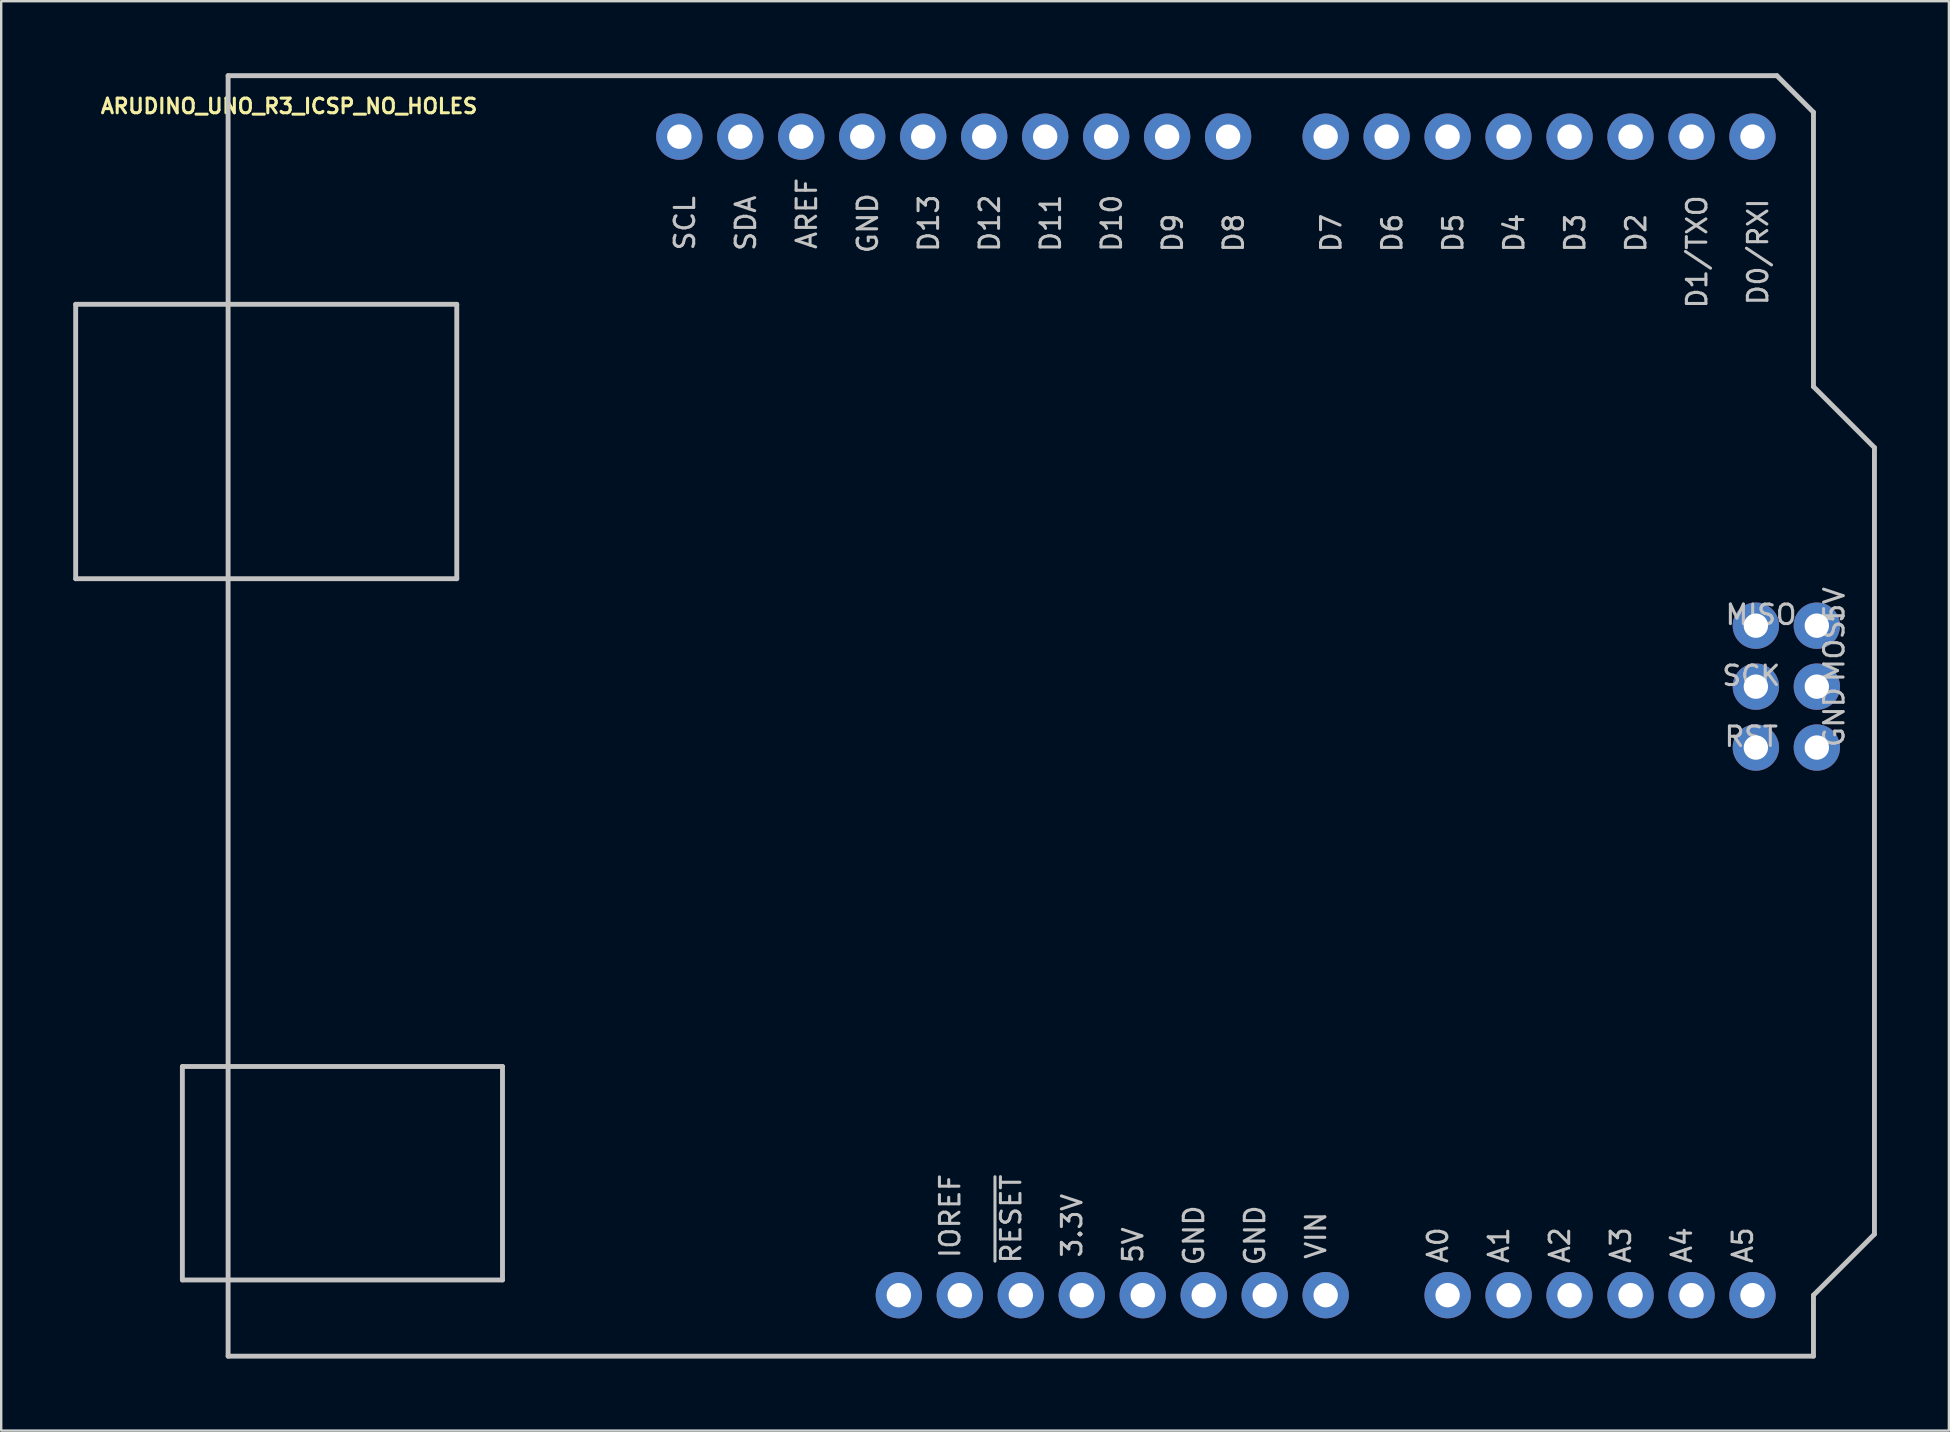
<source format=kicad_pcb>
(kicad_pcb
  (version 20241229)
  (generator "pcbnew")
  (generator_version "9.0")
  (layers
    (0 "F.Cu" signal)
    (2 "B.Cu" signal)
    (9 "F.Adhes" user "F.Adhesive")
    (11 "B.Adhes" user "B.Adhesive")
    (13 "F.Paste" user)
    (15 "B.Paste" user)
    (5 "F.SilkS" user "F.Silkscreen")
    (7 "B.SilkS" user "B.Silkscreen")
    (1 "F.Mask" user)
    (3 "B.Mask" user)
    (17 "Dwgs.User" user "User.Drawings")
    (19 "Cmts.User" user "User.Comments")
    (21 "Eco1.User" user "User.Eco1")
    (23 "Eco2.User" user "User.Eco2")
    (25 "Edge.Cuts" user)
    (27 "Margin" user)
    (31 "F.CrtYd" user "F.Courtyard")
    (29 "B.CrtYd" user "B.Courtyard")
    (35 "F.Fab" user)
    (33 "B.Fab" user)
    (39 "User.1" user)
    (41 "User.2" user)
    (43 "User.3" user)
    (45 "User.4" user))
  (footprint "ARUDINO_UNO_R3_ICSP_NO_HOLES"
    (layer "F.Cu")
    (at 39.472 26.772)
    (property "Reference" "ARUDINO_UNO_R3_ICSP_NO_HOLES" (at -30.48 -25.4 0) (layer "F.SilkS") (effects (font (size 0.61 0.61) (thickness 0.127))))
    (attr exclude_from_pos_files exclude_from_bom)
    (fp_line (start -39.37 -17.145) (end -23.495 -17.145) (stroke (width 0.203) (type solid)) (layer "Dwgs.User"))
    (fp_line (start -39.37 -5.715) (end -39.37 -17.145) (stroke (width 0.203) (type solid)) (layer "Dwgs.User"))
    (fp_line (start -34.925 14.605) (end -21.59 14.605) (stroke (width 0.203) (type solid)) (layer "Dwgs.User"))
    (fp_line (start -34.925 23.495) (end -34.925 14.605) (stroke (width 0.203) (type solid)) (layer "Dwgs.User"))
    (fp_line (start -33.02 -26.67) (end 31.496 -26.67) (stroke (width 0.203) (type solid)) (layer "Dwgs.User"))
    (fp_line (start -33.02 26.67) (end -33.02 -26.67) (stroke (width 0.203) (type solid)) (layer "Dwgs.User"))
    (fp_line (start -23.495 -17.145) (end -23.495 -5.715) (stroke (width 0.203) (type solid)) (layer "Dwgs.User"))
    (fp_line (start -23.495 -5.715) (end -39.37 -5.715) (stroke (width 0.203) (type solid)) (layer "Dwgs.User"))
    (fp_line (start -21.59 14.605) (end -21.59 23.495) (stroke (width 0.203) (type solid)) (layer "Dwgs.User"))
    (fp_line (start -21.59 23.495) (end -34.925 23.495) (stroke (width 0.203) (type solid)) (layer "Dwgs.User"))
    (fp_line (start 31.496 -26.67) (end 33.02 -25.146) (stroke (width 0.203) (type solid)) (layer "Dwgs.User"))
    (fp_line (start 33.02 -25.146) (end 33.02 -13.716) (stroke (width 0.203) (type solid)) (layer "Dwgs.User"))
    (fp_line (start 33.02 -13.716) (end 35.56 -11.176) (stroke (width 0.203) (type solid)) (layer "Dwgs.User"))
    (fp_line (start 33.02 24.13) (end 33.02 26.67) (stroke (width 0.203) (type solid)) (layer "Dwgs.User"))
    (fp_line (start 33.02 26.67) (end -33.02 26.67) (stroke (width 0.203) (type solid)) (layer "Dwgs.User"))
    (fp_line (start 35.56 -11.176) (end 35.56 21.59) (stroke (width 0.203) (type solid)) (layer "Dwgs.User"))
    (fp_line (start 35.56 21.59) (end 33.02 24.13) (stroke (width 0.203) (type solid)) (layer "Dwgs.User"))
    (fp_text user "MOSI" (at 33.884 -2.896 90) (layer "Dwgs.User") (effects (font (size 0.813 0.813) (thickness 0.127))))
    (fp_text user "A4" (at 27.534 22.047 90) (layer "Dwgs.User") (effects (font (size 0.813 0.813) (thickness 0.127))))
    (fp_text user "5V" (at 4.674 22.047 90) (layer "Dwgs.User") (effects (font (size 0.813 0.813) (thickness 0.127))))
    (fp_text user "D10" (at 3.785 -20.523 90) (layer "Dwgs.User") (effects (font (size 0.813 0.813) (thickness 0.127))))
    (fp_text user "GND" (at 7.211 21.641 90) (layer "Dwgs.User") (effects (font (size 0.813 0.813) (thickness 0.127))))
    (fp_text user "D5" (at 18.009 -20.117 90) (layer "Dwgs.User") (effects (font (size 0.813 0.813) (thickness 0.127))))
    (fp_text user "A3" (at 24.994 22.047 90) (layer "Dwgs.User") (effects (font (size 0.813 0.813) (thickness 0.127))))
    (fp_text user "GND" (at 9.754 21.641 90) (layer "Dwgs.User") (effects (font (size 0.813 0.813) (thickness 0.127))))
    (fp_text user "D7" (at 12.929 -20.117 90) (layer "Dwgs.User") (effects (font (size 0.813 0.813) (thickness 0.127))))
    (fp_text user "SCK" (at 30.429 -1.676 0) (layer "Dwgs.User") (effects (font (size 0.813 0.813) (thickness 0.127))))
    (fp_text user "D13" (at -3.835 -20.523 90) (layer "Dwgs.User") (effects (font (size 0.813 0.813) (thickness 0.127))))
    (fp_text user "GND" (at -6.375 -20.523 90) (layer "Dwgs.User") (effects (font (size 0.813 0.813) (thickness 0.127))))
    (fp_text user "A2" (at 22.454 22.047 90) (layer "Dwgs.User") (effects (font (size 0.813 0.813) (thickness 0.127))))
    (fp_text user "SCL" (at -13.995 -20.523 90) (layer "Dwgs.User") (effects (font (size 0.813 0.813) (thickness 0.127))))
    (fp_text user "MISO" (at 30.836 -4.216 0) (layer "Dwgs.User") (effects (font (size 0.813 0.813) (thickness 0.127))))
    (fp_text user "A1" (at 19.914 22.047 90) (layer "Dwgs.User") (effects (font (size 0.813 0.813) (thickness 0.127))))
    (fp_text user "AREF" (at -8.915 -20.93 90) (layer "Dwgs.User") (effects (font (size 0.813 0.813) (thickness 0.127))))
    (fp_text user "D3" (at 23.089 -20.117 90) (layer "Dwgs.User") (effects (font (size 0.813 0.813) (thickness 0.127))))
    (fp_text user "D4" (at 20.549 -20.117 90) (layer "Dwgs.User") (effects (font (size 0.813 0.813) (thickness 0.127))))
    (fp_text user "D0/RXI" (at 30.709 -19.329 90) (layer "Dwgs.User") (effects (font (size 0.813 0.813) (thickness 0.127))))
    (fp_text user "D1/TXO" (at 28.169 -19.329 90) (layer "Dwgs.User") (effects (font (size 0.813 0.813) (thickness 0.127))))
    (fp_text user "RST" (at 30.429 0.864 0) (layer "Dwgs.User") (effects (font (size 0.813 0.813) (thickness 0.127))))
    (fp_text user "D2" (at 25.629 -20.117 90) (layer "Dwgs.User") (effects (font (size 0.813 0.813) (thickness 0.127))))
    (fp_text user "D8" (at 8.865 -20.117 90) (layer "Dwgs.User") (effects (font (size 0.813 0.813) (thickness 0.127))))
    (fp_text user "A5" (at 30.074 22.047 90) (layer "Dwgs.User") (effects (font (size 0.813 0.813) (thickness 0.127))))
    (fp_text user "VIN" (at 12.294 21.641 90) (layer "Dwgs.User") (effects (font (size 0.813 0.813) (thickness 0.127))))
    (fp_text user "A0" (at 17.374 22.047 90) (layer "Dwgs.User") (effects (font (size 0.813 0.813) (thickness 0.127))))
    (fp_text user "3.3V" (at 2.134 21.234 90) (layer "Dwgs.User") (effects (font (size 0.813 0.813) (thickness 0.127))))
    (fp_text user "SDA" (at -11.455 -20.523 90) (layer "Dwgs.User") (effects (font (size 0.813 0.813) (thickness 0.127))))
    (fp_text user "IOREF" (at -2.946 20.828 90) (layer "Dwgs.User") (effects (font (size 0.813 0.813) (thickness 0.127))))
    (fp_text user "~{RESET}" (at -0.406 20.955 90) (layer "Dwgs.User") (effects (font (size 0.813 0.813) (thickness 0.127))))
    (fp_text user "D9" (at 6.325 -20.117 90) (layer "Dwgs.User") (effects (font (size 0.813 0.813) (thickness 0.127))))
    (fp_text user "D12" (at -1.295 -20.523 90) (layer "Dwgs.User") (effects (font (size 0.813 0.813) (thickness 0.127))))
    (fp_text user "5V" (at 33.884 -4.623 90) (layer "Dwgs.User") (effects (font (size 0.813 0.813) (thickness 0.127))))
    (fp_text user "GND" (at 33.884 0.051 90) (layer "Dwgs.User") (effects (font (size 0.813 0.813) (thickness 0.127))))
    (fp_text user "D6" (at 15.469 -20.117 90) (layer "Dwgs.User") (effects (font (size 0.813 0.813) (thickness 0.127))))
    (fp_text user "D11" (at 1.245 -20.523 90) (layer "Dwgs.User") (effects (font (size 0.813 0.813) (thickness 0.127))))
    (pad "3.3V" thru_hole circle (at 2.54 24.13) (size 1.93 1.93) (drill 1.016) (layers "*.Cu" "*.Mask"))
    (pad "5V" thru_hole circle (at 5.08 24.13) (size 1.93 1.93) (drill 1.016) (layers "*.Cu" "*.Mask"))
    (pad "5V_" thru_hole circle (at 33.16 -3.759) (size 1.93 1.93) (drill 1.016) (layers "*.Cu" "*.Mask"))
    (pad "A0" thru_hole circle (at 17.78 24.13) (size 1.93 1.93) (drill 1.016) (layers "*.Cu" "*.Mask"))
    (pad "A1" thru_hole circle (at 20.32 24.13) (size 1.93 1.93) (drill 1.016) (layers "*.Cu" "*.Mask"))
    (pad "A2" thru_hole circle (at 22.86 24.13) (size 1.93 1.93) (drill 1.016) (layers "*.Cu" "*.Mask"))
    (pad "A3" thru_hole circle (at 25.4 24.13) (size 1.93 1.93) (drill 1.016) (layers "*.Cu" "*.Mask"))
    (pad "A4" thru_hole circle (at 27.94 24.13) (size 1.93 1.93) (drill 1.016) (layers "*.Cu" "*.Mask"))
    (pad "A5" thru_hole circle (at 30.48 24.13) (size 1.93 1.93) (drill 1.016) (layers "*.Cu" "*.Mask"))
    (pad "AREF" thru_hole circle (at -9.144 -24.13) (size 1.93 1.93) (drill 1.016) (layers "*.Cu" "*.Mask"))
    (pad "D2" thru_hole circle (at 25.4 -24.13) (size 1.93 1.93) (drill 1.016) (layers "*.Cu" "*.Mask"))
    (pad "D3" thru_hole circle (at 22.86 -24.13) (size 1.93 1.93) (drill 1.016) (layers "*.Cu" "*.Mask"))
    (pad "D4" thru_hole circle (at 20.32 -24.13) (size 1.93 1.93) (drill 1.016) (layers "*.Cu" "*.Mask"))
    (pad "D5" thru_hole circle (at 17.78 -24.13) (size 1.93 1.93) (drill 1.016) (layers "*.Cu" "*.Mask"))
    (pad "D6" thru_hole circle (at 15.24 -24.13) (size 1.93 1.93) (drill 1.016) (layers "*.Cu" "*.Mask"))
    (pad "D7" thru_hole circle (at 12.7 -24.13) (size 1.93 1.93) (drill 1.016) (layers "*.Cu" "*.Mask"))
    (pad "D8" thru_hole circle (at 8.636 -24.13) (size 1.93 1.93) (drill 1.016) (layers "*.Cu" "*.Mask"))
    (pad "D9" thru_hole circle (at 6.096 -24.13) (size 1.93 1.93) (drill 1.016) (layers "*.Cu" "*.Mask"))
    (pad "D10" thru_hole circle (at 3.556 -24.13) (size 1.93 1.93) (drill 1.016) (layers "*.Cu" "*.Mask"))
    (pad "D11" thru_hole circle (at 1.016 -24.13) (size 1.93 1.93) (drill 1.016) (layers "*.Cu" "*.Mask"))
    (pad "D12" thru_hole circle (at -1.524 -24.13) (size 1.93 1.93) (drill 1.016) (layers "*.Cu" "*.Mask"))
    (pad "D13" thru_hole circle (at -4.064 -24.13) (size 1.93 1.93) (drill 1.016) (layers "*.Cu" "*.Mask"))
    (pad "GND@" thru_hole circle (at -6.604 -24.13) (size 1.93 1.93) (drill 1.016) (layers "*.Cu" "*.Mask"))
    (pad "GND@" thru_hole circle (at 7.62 24.13) (size 1.93 1.93) (drill 1.016) (layers "*.Cu" "*.Mask"))
    (pad "GND@" thru_hole circle (at 10.16 24.13) (size 1.93 1.93) (drill 1.016) (layers "*.Cu" "*.Mask"))
    (pad "GND_" thru_hole circle (at 33.16 1.318) (size 1.93 1.93) (drill 1.016) (layers "*.Cu" "*.Mask"))
    (pad "IORE" thru_hole circle (at -2.54 24.13) (size 1.93 1.93) (drill 1.016) (layers "*.Cu" "*.Mask"))
    (pad "MISO" thru_hole circle (at 30.62 -3.759) (size 1.93 1.93) (drill 1.016) (layers "*.Cu" "*.Mask"))
    (pad "MOSI" thru_hole circle (at 33.16 -1.219) (size 1.93 1.93) (drill 1.016) (layers "*.Cu" "*.Mask"))
    (pad "NC" thru_hole circle (at -5.08 24.13) (size 1.93 1.93) (drill 1.016) (layers "*.Cu" "*.Mask"))
    (pad "RES" thru_hole circle (at 0 24.13) (size 1.93 1.93) (drill 1.016) (layers "*.Cu" "*.Mask"))
    (pad "RST_" thru_hole circle (at 30.62 1.318) (size 1.93 1.93) (drill 1.016) (layers "*.Cu" "*.Mask"))
    (pad "RX" thru_hole circle (at 30.48 -24.13) (size 1.93 1.93) (drill 1.016) (layers "*.Cu" "*.Mask"))
    (pad "SCK" thru_hole circle (at 30.62 -1.219) (size 1.93 1.93) (drill 1.016) (layers "*.Cu" "*.Mask"))
    (pad "SCL" thru_hole circle (at -14.224 -24.13) (size 1.93 1.93) (drill 1.016) (layers "*.Cu" "*.Mask"))
    (pad "SDA" thru_hole circle (at -11.684 -24.13) (size 1.93 1.93) (drill 1.016) (layers "*.Cu" "*.Mask"))
    (pad "TX" thru_hole circle (at 27.94 -24.13) (size 1.93 1.93) (drill 1.016) (layers "*.Cu" "*.Mask"))
    (pad "VIN" thru_hole circle (at 12.7 24.13) (size 1.93 1.93) (drill 1.016) (layers "*.Cu" "*.Mask")))
  (gr_rect
    (start -3 -3)
    (end 78.133 56.543)
    (stroke (width 0.1) (type default))
    (fill no)
    (layer "Edge.Cuts")))
</source>
